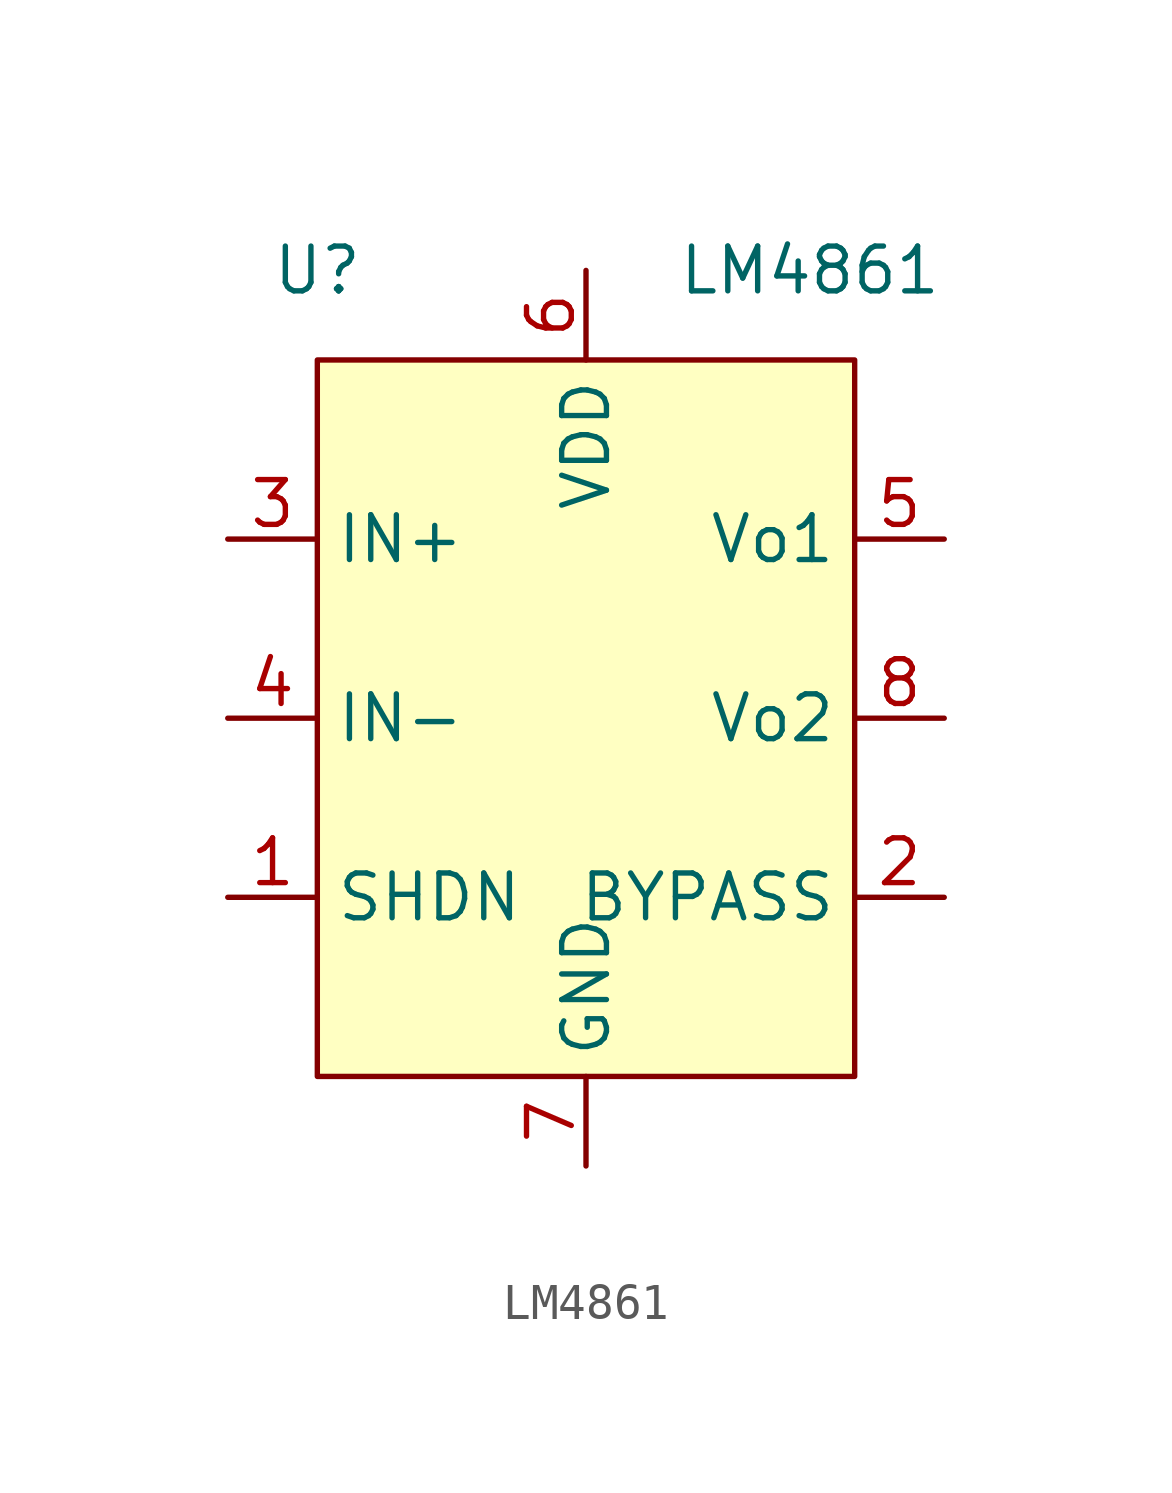
<source format=kicad_sym>
(kicad_symbol_lib
  (version 20211014)
  (generator kicad_symbol_editor)
  (symbol "LM4861"
    (property "Reference" "U"
      (at -7.62 12.7 0)
      (effects (font (size 1.27 1.27))))
    (property "Value" "LM4861"
      (at 6.35 12.7 0)
      (effects (font (size 1.27 1.27))))
    (symbol "LM4861_0_1"
      (rectangle (start -7.62 10.16) (end 7.62 -10.16) (stroke (width 0) (type default) (color 0 0 0 0)) (fill (type background))))
    (symbol "LM4861_1_1"
      (pin input line (at -10.16 -5.08 0) (length 2.54) (name "SHDN" (effects (font (size 1.27 1.27)))) (number "1" (effects (font (size 1.27 1.27)))))
      (pin passive line (at 10.16 -5.08 180) (length 2.54) (name "BYPASS" (effects (font (size 1.27 1.27)))) (number "2" (effects (font (size 1.27 1.27)))))
      (pin input line (at -10.16 5.08 0) (length 2.54) (name "IN+" (effects (font (size 1.27 1.27)))) (number "3" (effects (font (size 1.27 1.27)))))
      (pin input line (at -10.16 0 0) (length 2.54) (name "IN-" (effects (font (size 1.27 1.27)))) (number "4" (effects (font (size 1.27 1.27)))))
      (pin output line (at 10.16 5.08 180) (length 2.54) (name "Vo1" (effects (font (size 1.27 1.27)))) (number "5" (effects (font (size 1.27 1.27)))))
      (pin power_in line (at 0 12.7 270) (length 2.54) (name "VDD" (effects (font (size 1.27 1.27)))) (number "6" (effects (font (size 1.27 1.27)))))
      (pin power_in line (at 0 -12.7 90) (length 2.54) (name "GND" (effects (font (size 1.27 1.27)))) (number "7" (effects (font (size 1.27 1.27)))))
      (pin output line (at 10.16 0 180) (length 2.54) (name "Vo2" (effects (font (size 1.27 1.27)))) (number "8" (effects (font (size 1.27 1.27))))))))
</source>
